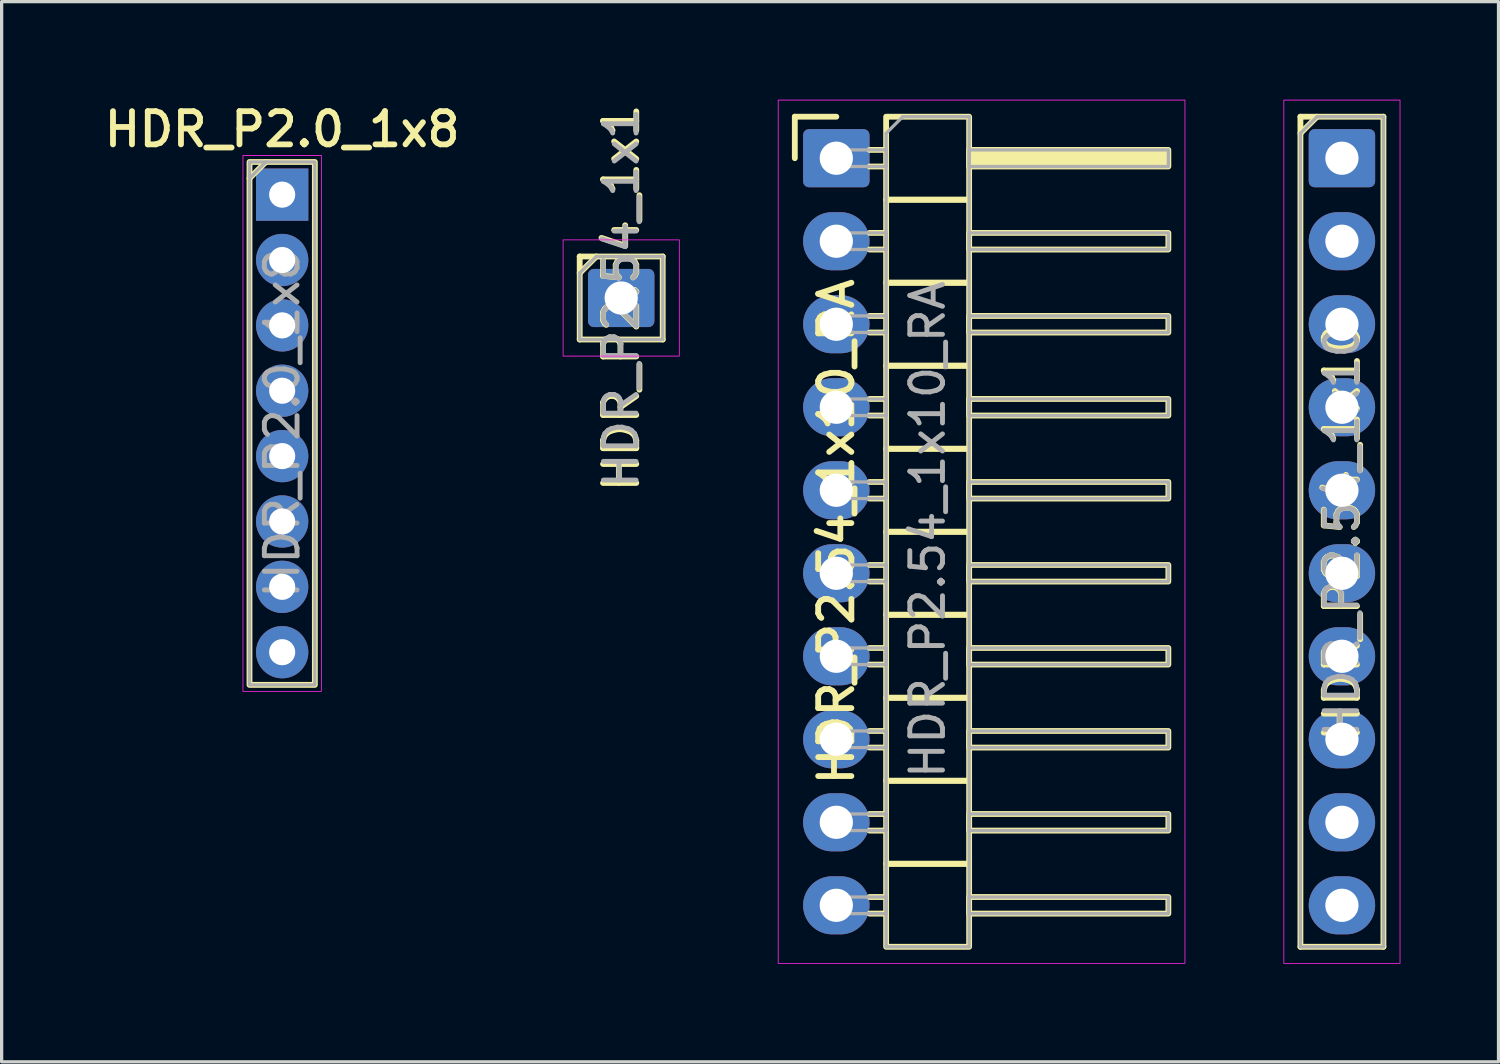
<source format=kicad_pcb>
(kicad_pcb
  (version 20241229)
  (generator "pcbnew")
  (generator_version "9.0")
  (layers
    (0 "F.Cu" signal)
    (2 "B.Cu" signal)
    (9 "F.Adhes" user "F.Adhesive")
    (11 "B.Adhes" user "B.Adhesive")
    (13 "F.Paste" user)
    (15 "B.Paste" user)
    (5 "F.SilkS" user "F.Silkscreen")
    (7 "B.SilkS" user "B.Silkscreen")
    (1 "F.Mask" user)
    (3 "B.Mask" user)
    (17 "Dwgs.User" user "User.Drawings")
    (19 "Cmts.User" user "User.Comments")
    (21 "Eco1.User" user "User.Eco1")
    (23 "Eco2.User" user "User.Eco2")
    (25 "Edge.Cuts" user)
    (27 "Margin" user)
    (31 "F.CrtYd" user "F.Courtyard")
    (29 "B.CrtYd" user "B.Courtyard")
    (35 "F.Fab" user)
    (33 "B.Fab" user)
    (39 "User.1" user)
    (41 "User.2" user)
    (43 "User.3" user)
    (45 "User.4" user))
  (footprint "HDR_P2.54_1x1"
    (layer "F.Cu")
    (at 15.958 6.068)
    (property "Reference" "HDR_P2.54_1x1" (at 0 0 90) (layer "F.SilkS") (effects (font (size 1.016 1.016) (thickness 0.178))))
    (attr through_hole)
    (fp_line (start -1.27 -1.27) (end -1.27 1.27) (stroke (width 0.178) (type solid)) (layer "F.SilkS"))
    (fp_line (start -1.27 -1.27) (end 1.27 -1.27) (stroke (width 0.178) (type solid)) (layer "F.SilkS"))
    (fp_line (start -1.27 -0.762) (end -0.762 -1.27) (stroke (width 0.178) (type solid)) (layer "F.SilkS"))
    (fp_line (start -1.27 1.27) (end 1.27 1.27) (stroke (width 0.178) (type solid)) (layer "F.SilkS"))
    (fp_line (start 1.27 -1.27) (end 1.27 1.27) (stroke (width 0.178) (type solid)) (layer "F.SilkS"))
    (fp_rect (start -1.778 -1.778) (end 1.778 1.778) (stroke (width 0.025) (type solid)) (fill no) (layer "F.CrtYd"))
    (fp_line (start -1.27 -0.762) (end -0.762 -1.27) (stroke (width 0.1) (type solid)) (layer "F.Fab"))
    (fp_line (start -1.27 1.27) (end -1.27 -0.762) (stroke (width 0.1) (type solid)) (layer "F.Fab"))
    (fp_line (start -0.762 -1.27) (end 1.27 -1.27) (stroke (width 0.1) (type solid)) (layer "F.Fab"))
    (fp_line (start 1.27 -1.27) (end 1.27 1.27) (stroke (width 0.1) (type solid)) (layer "F.Fab"))
    (fp_line (start 1.27 1.27) (end -1.27 1.27) (stroke (width 0.1) (type solid)) (layer "F.Fab"))
    (fp_text user "${REFERENCE}" (at 0 0 90) (layer "F.Fab") (effects (font (size 1 1) (thickness 0.15))))
    (pad "1" thru_hole roundrect (at 0 0) (size 2.032 1.778) (drill 1.016) (layers "*.Cu" "*.Mask") (roundrect_rratio 0.1)))
  (footprint "HDR_P2.54_1x10_RA"
    (layer "F.Cu")
    (at 22.54 13.221)
    (property "Reference" "HDR_P2.54_1x10_RA" (at 0 0 90) (layer "F.SilkS") (effects (font (size 1.016 1.016) (thickness 0.178))))
    (attr through_hole)
    (fp_line (start -1.27 -12.7) (end 0 -12.7) (stroke (width 0.178) (type solid)) (layer "F.SilkS"))
    (fp_line (start -1.27 -11.43) (end -1.27 -12.7) (stroke (width 0.178) (type solid)) (layer "F.SilkS"))
    (fp_line (start 1.016 -11.684) (end 1.524 -11.684) (stroke (width 0.178) (type solid)) (layer "F.SilkS"))
    (fp_line (start 1.016 -11.176) (end 1.524 -11.176) (stroke (width 0.178) (type solid)) (layer "F.SilkS"))
    (fp_line (start 1.016 -9.144) (end 1.524 -9.144) (stroke (width 0.178) (type solid)) (layer "F.SilkS"))
    (fp_line (start 1.016 -8.636) (end 1.524 -8.636) (stroke (width 0.178) (type solid)) (layer "F.SilkS"))
    (fp_line (start 1.016 -6.604) (end 1.524 -6.604) (stroke (width 0.178) (type solid)) (layer "F.SilkS"))
    (fp_line (start 1.016 -6.096) (end 1.524 -6.096) (stroke (width 0.178) (type solid)) (layer "F.SilkS"))
    (fp_line (start 1.016 -4.064) (end 1.524 -4.064) (stroke (width 0.178) (type solid)) (layer "F.SilkS"))
    (fp_line (start 1.016 -3.556) (end 1.524 -3.556) (stroke (width 0.178) (type solid)) (layer "F.SilkS"))
    (fp_line (start 1.016 -1.524) (end 1.524 -1.524) (stroke (width 0.178) (type solid)) (layer "F.SilkS"))
    (fp_line (start 1.016 -1.016) (end 1.524 -1.016) (stroke (width 0.178) (type solid)) (layer "F.SilkS"))
    (fp_line (start 1.016 1.016) (end 1.524 1.016) (stroke (width 0.178) (type solid)) (layer "F.SilkS"))
    (fp_line (start 1.016 1.524) (end 1.524 1.524) (stroke (width 0.178) (type solid)) (layer "F.SilkS"))
    (fp_line (start 1.016 3.556) (end 1.524 3.556) (stroke (width 0.178) (type solid)) (layer "F.SilkS"))
    (fp_line (start 1.016 4.064) (end 1.524 4.064) (stroke (width 0.178) (type solid)) (layer "F.SilkS"))
    (fp_line (start 1.016 6.096) (end 1.524 6.096) (stroke (width 0.178) (type solid)) (layer "F.SilkS"))
    (fp_line (start 1.016 6.604) (end 1.524 6.604) (stroke (width 0.178) (type solid)) (layer "F.SilkS"))
    (fp_line (start 1.016 8.636) (end 1.524 8.636) (stroke (width 0.178) (type solid)) (layer "F.SilkS"))
    (fp_line (start 1.016 9.144) (end 1.524 9.144) (stroke (width 0.178) (type solid)) (layer "F.SilkS"))
    (fp_line (start 1.016 11.176) (end 1.524 11.176) (stroke (width 0.178) (type solid)) (layer "F.SilkS"))
    (fp_line (start 1.016 11.684) (end 1.524 11.684) (stroke (width 0.178) (type solid)) (layer "F.SilkS"))
    (fp_rect (start 1.524 -10.16) (end 4.064 -12.7) (stroke (width 0.178) (type solid)) (fill no) (layer "F.SilkS"))
    (fp_rect (start 1.524 -7.62) (end 4.064 -10.16) (stroke (width 0.178) (type solid)) (fill no) (layer "F.SilkS"))
    (fp_rect (start 1.524 -5.08) (end 4.064 -7.62) (stroke (width 0.178) (type solid)) (fill no) (layer "F.SilkS"))
    (fp_rect (start 1.524 -2.54) (end 4.064 -5.08) (stroke (width 0.178) (type solid)) (fill no) (layer "F.SilkS"))
    (fp_rect (start 1.524 0) (end 4.064 -2.54) (stroke (width 0.178) (type solid)) (fill no) (layer "F.SilkS"))
    (fp_rect (start 1.524 2.54) (end 4.064 0) (stroke (width 0.178) (type solid)) (fill no) (layer "F.SilkS"))
    (fp_rect (start 1.524 5.08) (end 4.064 2.54) (stroke (width 0.178) (type solid)) (fill no) (layer "F.SilkS"))
    (fp_rect (start 1.524 7.62) (end 4.064 5.08) (stroke (width 0.178) (type solid)) (fill no) (layer "F.SilkS"))
    (fp_rect (start 1.524 10.16) (end 4.064 7.62) (stroke (width 0.178) (type solid)) (fill no) (layer "F.SilkS"))
    (fp_rect (start 1.524 12.7) (end 4.064 10.16) (stroke (width 0.178) (type solid)) (fill no) (layer "F.SilkS"))
    (fp_rect (start 4.064 -11.684) (end 10.16 -11.176) (stroke (width 0.178) (type solid)) (fill yes) (layer "F.SilkS"))
    (fp_rect (start 4.064 -9.144) (end 10.16 -8.636) (stroke (width 0.178) (type solid)) (fill no) (layer "F.SilkS"))
    (fp_rect (start 4.064 -6.604) (end 10.16 -6.096) (stroke (width 0.178) (type solid)) (fill no) (layer "F.SilkS"))
    (fp_rect (start 4.064 -4.064) (end 10.16 -3.556) (stroke (width 0.178) (type solid)) (fill no) (layer "F.SilkS"))
    (fp_rect (start 4.064 -1.524) (end 10.16 -1.016) (stroke (width 0.178) (type solid)) (fill no) (layer "F.SilkS"))
    (fp_rect (start 4.064 1.016) (end 10.16 1.524) (stroke (width 0.178) (type solid)) (fill no) (layer "F.SilkS"))
    (fp_rect (start 4.064 3.556) (end 10.16 4.064) (stroke (width 0.178) (type solid)) (fill no) (layer "F.SilkS"))
    (fp_rect (start 4.064 6.096) (end 10.16 6.604) (stroke (width 0.178) (type solid)) (fill no) (layer "F.SilkS"))
    (fp_rect (start 4.064 8.636) (end 10.16 9.144) (stroke (width 0.178) (type solid)) (fill no) (layer "F.SilkS"))
    (fp_rect (start 4.064 11.176) (end 10.16 11.684) (stroke (width 0.178) (type solid)) (fill no) (layer "F.SilkS"))
    (fp_rect (start -1.778 -13.208) (end 10.668 13.208) (stroke (width 0.025) (type solid)) (fill no) (layer "F.CrtYd"))
    (fp_line (start 1.524 -12.192) (end 2.032 -12.7) (stroke (width 0.1) (type solid)) (layer "F.Fab"))
    (fp_line (start 1.524 12.7) (end 1.524 -12.192) (stroke (width 0.1) (type solid)) (layer "F.Fab"))
    (fp_line (start 2.032 -12.7) (end 4.064 -12.7) (stroke (width 0.1) (type solid)) (layer "F.Fab"))
    (fp_line (start 4.064 -12.7) (end 4.064 12.7) (stroke (width 0.1) (type solid)) (layer "F.Fab"))
    (fp_line (start 4.064 12.7) (end 1.524 12.7) (stroke (width 0.1) (type solid)) (layer "F.Fab"))
    (fp_rect (start -0.254 -11.684) (end 1.524 -11.176) (stroke (width 0.1) (type solid)) (fill no) (layer "F.Fab"))
    (fp_rect (start -0.254 -9.144) (end 1.524 -8.636) (stroke (width 0.1) (type solid)) (fill no) (layer "F.Fab"))
    (fp_rect (start -0.254 -6.604) (end 1.524 -6.096) (stroke (width 0.1) (type solid)) (fill no) (layer "F.Fab"))
    (fp_rect (start -0.254 -4.064) (end 1.524 -3.556) (stroke (width 0.1) (type solid)) (fill no) (layer "F.Fab"))
    (fp_rect (start -0.254 -1.524) (end 1.524 -1.016) (stroke (width 0.1) (type solid)) (fill no) (layer "F.Fab"))
    (fp_rect (start -0.254 1.524) (end 1.524 1.016) (stroke (width 0.1) (type solid)) (fill no) (layer "F.Fab"))
    (fp_rect (start -0.254 3.556) (end 1.524 4.064) (stroke (width 0.1) (type solid)) (fill no) (layer "F.Fab"))
    (fp_rect (start -0.254 6.604) (end 1.524 6.096) (stroke (width 0.1) (type solid)) (fill no) (layer "F.Fab"))
    (fp_rect (start -0.254 9.144) (end 1.524 8.636) (stroke (width 0.1) (type solid)) (fill no) (layer "F.Fab"))
    (fp_rect (start -0.254 11.684) (end 1.524 11.176) (stroke (width 0.1) (type solid)) (fill no) (layer "F.Fab"))
    (fp_rect (start 4.064 -11.684) (end 10.16 -11.176) (stroke (width 0.1) (type solid)) (fill no) (layer "F.Fab"))
    (fp_rect (start 4.064 -9.144) (end 10.16 -8.636) (stroke (width 0.1) (type solid)) (fill no) (layer "F.Fab"))
    (fp_rect (start 4.064 -6.604) (end 10.16 -6.096) (stroke (width 0.1) (type solid)) (fill no) (layer "F.Fab"))
    (fp_rect (start 4.064 -4.064) (end 10.16 -3.556) (stroke (width 0.1) (type solid)) (fill no) (layer "F.Fab"))
    (fp_rect (start 4.064 -1.524) (end 10.16 -1.016) (stroke (width 0.1) (type solid)) (fill no) (layer "F.Fab"))
    (fp_rect (start 4.064 1.016) (end 10.16 1.524) (stroke (width 0.1) (type solid)) (fill no) (layer "F.Fab"))
    (fp_rect (start 4.064 3.556) (end 10.16 4.064) (stroke (width 0.1) (type solid)) (fill no) (layer "F.Fab"))
    (fp_rect (start 4.064 6.096) (end 10.16 6.604) (stroke (width 0.1) (type solid)) (fill no) (layer "F.Fab"))
    (fp_rect (start 4.064 8.636) (end 10.16 9.144) (stroke (width 0.1) (type solid)) (fill no) (layer "F.Fab"))
    (fp_rect (start 4.064 11.176) (end 10.16 11.684) (stroke (width 0.1) (type solid)) (fill no) (layer "F.Fab"))
    (fp_text user "${REFERENCE}" (at 2.794 -0.066 90) (layer "F.Fab") (effects (font (size 1 1) (thickness 0.15))))
    (pad "1" thru_hole roundrect (at 0 -11.43) (size 2.032 1.778) (drill 1.016) (layers "*.Cu" "*.Mask") (roundrect_rratio 0.1))
    (pad "2" thru_hole oval (at 0 -8.89) (size 2.032 1.778) (drill 1.016) (layers "*.Cu" "*.Mask"))
    (pad "3" thru_hole oval (at 0 -6.35) (size 2.032 1.778) (drill 1.016) (layers "*.Cu" "*.Mask"))
    (pad "4" thru_hole oval (at 0 -3.81) (size 2.032 1.778) (drill 1.016) (layers "*.Cu" "*.Mask"))
    (pad "5" thru_hole oval (at 0 -1.27) (size 2.032 1.778) (drill 1.016) (layers "*.Cu" "*.Mask"))
    (pad "6" thru_hole oval (at 0 1.27) (size 2.032 1.778) (drill 1.016) (layers "*.Cu" "*.Mask"))
    (pad "7" thru_hole oval (at 0 3.81) (size 2.032 1.778) (drill 1.016) (layers "*.Cu" "*.Mask"))
    (pad "8" thru_hole oval (at 0 6.35) (size 2.032 1.778) (drill 1.016) (layers "*.Cu" "*.Mask"))
    (pad "9" thru_hole oval (at 0 8.89) (size 2.032 1.778) (drill 1.016) (layers "*.Cu" "*.Mask"))
    (pad "10" thru_hole oval (at 0 11.43) (size 2.032 1.778) (drill 1.016) (layers "*.Cu" "*.Mask")))
  (footprint "HDR_P2.0_1x8"
    (layer "F.Cu")
    (at 5.584 9.906)
    (property "Reference" "HDR_P2.0_1x8" (at 0 -9 0) (layer "F.SilkS") (effects (font (size 1.016 1.016) (thickness 0.178))))
    (attr through_hole)
    (fp_line (start -1 -7.5) (end -0.5 -8) (stroke (width 0.178) (type solid)) (layer "F.SilkS"))
    (fp_rect (start -1 8) (end 1 -8) (stroke (width 0.178) (type solid)) (fill no) (layer "F.SilkS"))
    (fp_rect (start -1.2 -8.2) (end 1.2 8.2) (stroke (width 0.025) (type solid)) (fill no) (layer "F.CrtYd"))
    (fp_line (start -1 -7.5) (end -0.5 -8) (stroke (width 0.1) (type solid)) (layer "F.Fab"))
    (fp_rect (start -1 -8) (end 1 8) (stroke (width 0.1) (type solid)) (fill no) (layer "F.Fab"))
    (fp_text user "${REFERENCE}" (at 0 0 90) (layer "F.Fab") (effects (font (size 1 1) (thickness 0.15))))
    (pad "1" thru_hole rect (at 0 -7) (size 1.6 1.6) (drill 0.8) (layers "*.Cu" "*.Mask"))
    (pad "2" thru_hole circle (at 0 -5) (size 1.6 1.6) (drill 0.8) (layers "*.Cu" "*.Mask"))
    (pad "3" thru_hole circle (at 0 -3) (size 1.6 1.6) (drill 0.8) (layers "*.Cu" "*.Mask"))
    (pad "4" thru_hole circle (at 0 -1) (size 1.6 1.6) (drill 0.8) (layers "*.Cu" "*.Mask"))
    (pad "5" thru_hole circle (at 0 1) (size 1.6 1.6) (drill 0.8) (layers "*.Cu" "*.Mask"))
    (pad "6" thru_hole circle (at 0 3) (size 1.6 1.6) (drill 0.8) (layers "*.Cu" "*.Mask"))
    (pad "7" thru_hole circle (at 0 5) (size 1.6 1.6) (drill 0.8) (layers "*.Cu" "*.Mask"))
    (pad "8" thru_hole circle (at 0 7) (size 1.6 1.6) (drill 0.8) (layers "*.Cu" "*.Mask")))
  (footprint "HDR_P2.54_1x10"
    (layer "F.Cu")
    (at 38.011 13.221)
    (property "Reference" "HDR_P2.54_1x10" (at 0 0 90) (layer "F.SilkS") (effects (font (size 1.016 1.016) (thickness 0.178))))
    (attr through_hole)
    (fp_line (start -1.27 -12.7) (end -1.27 12.7) (stroke (width 0.178) (type solid)) (layer "F.SilkS"))
    (fp_line (start -1.27 -12.7) (end 1.27 -12.7) (stroke (width 0.178) (type solid)) (layer "F.SilkS"))
    (fp_line (start -1.27 -12.192) (end -0.762 -12.7) (stroke (width 0.178) (type solid)) (layer "F.SilkS"))
    (fp_line (start -1.27 12.7) (end 1.27 12.7) (stroke (width 0.178) (type solid)) (layer "F.SilkS"))
    (fp_line (start 1.27 -12.7) (end 1.27 12.7) (stroke (width 0.178) (type solid)) (layer "F.SilkS"))
    (fp_rect (start -1.778 -13.208) (end 1.778 13.208) (stroke (width 0.025) (type solid)) (fill no) (layer "F.CrtYd"))
    (fp_line (start -1.27 -12.192) (end -0.762 -12.7) (stroke (width 0.1) (type solid)) (layer "F.Fab"))
    (fp_line (start -1.27 12.7) (end -1.27 -12.192) (stroke (width 0.1) (type solid)) (layer "F.Fab"))
    (fp_line (start -0.762 -12.7) (end 1.27 -12.7) (stroke (width 0.1) (type solid)) (layer "F.Fab"))
    (fp_line (start 1.27 -12.7) (end 1.27 12.7) (stroke (width 0.1) (type solid)) (layer "F.Fab"))
    (fp_line (start 1.27 12.7) (end -1.27 12.7) (stroke (width 0.1) (type solid)) (layer "F.Fab"))
    (fp_text user "${REFERENCE}" (at 0 0 90) (layer "F.Fab") (effects (font (size 1 1) (thickness 0.15))))
    (pad "1" thru_hole roundrect (at 0 -11.43) (size 2.032 1.778) (drill 1.016) (layers "*.Cu" "*.Mask") (roundrect_rratio 0.1))
    (pad "2" thru_hole oval (at 0 -8.89) (size 2.032 1.778) (drill 1.016) (layers "*.Cu" "*.Mask"))
    (pad "3" thru_hole oval (at 0 -6.35) (size 2.032 1.778) (drill 1.016) (layers "*.Cu" "*.Mask"))
    (pad "4" thru_hole oval (at 0 -3.81) (size 2.032 1.778) (drill 1.016) (layers "*.Cu" "*.Mask"))
    (pad "5" thru_hole oval (at 0 -1.27) (size 2.032 1.778) (drill 1.016) (layers "*.Cu" "*.Mask"))
    (pad "6" thru_hole oval (at 0 1.27) (size 2.032 1.778) (drill 1.016) (layers "*.Cu" "*.Mask"))
    (pad "7" thru_hole oval (at 0 3.81) (size 2.032 1.778) (drill 1.016) (layers "*.Cu" "*.Mask"))
    (pad "8" thru_hole oval (at 0 6.35) (size 2.032 1.778) (drill 1.016) (layers "*.Cu" "*.Mask"))
    (pad "9" thru_hole oval (at 0 8.89) (size 2.032 1.778) (drill 1.016) (layers "*.Cu" "*.Mask"))
    (pad "10" thru_hole oval (at 0 11.43) (size 2.032 1.778) (drill 1.016) (layers "*.Cu" "*.Mask")))
  (gr_rect
    (start -3 -3)
    (end 42.802 29.441)
    (stroke (width 0.1) (type default))
    (fill no)
    (layer "Edge.Cuts")))
</source>
